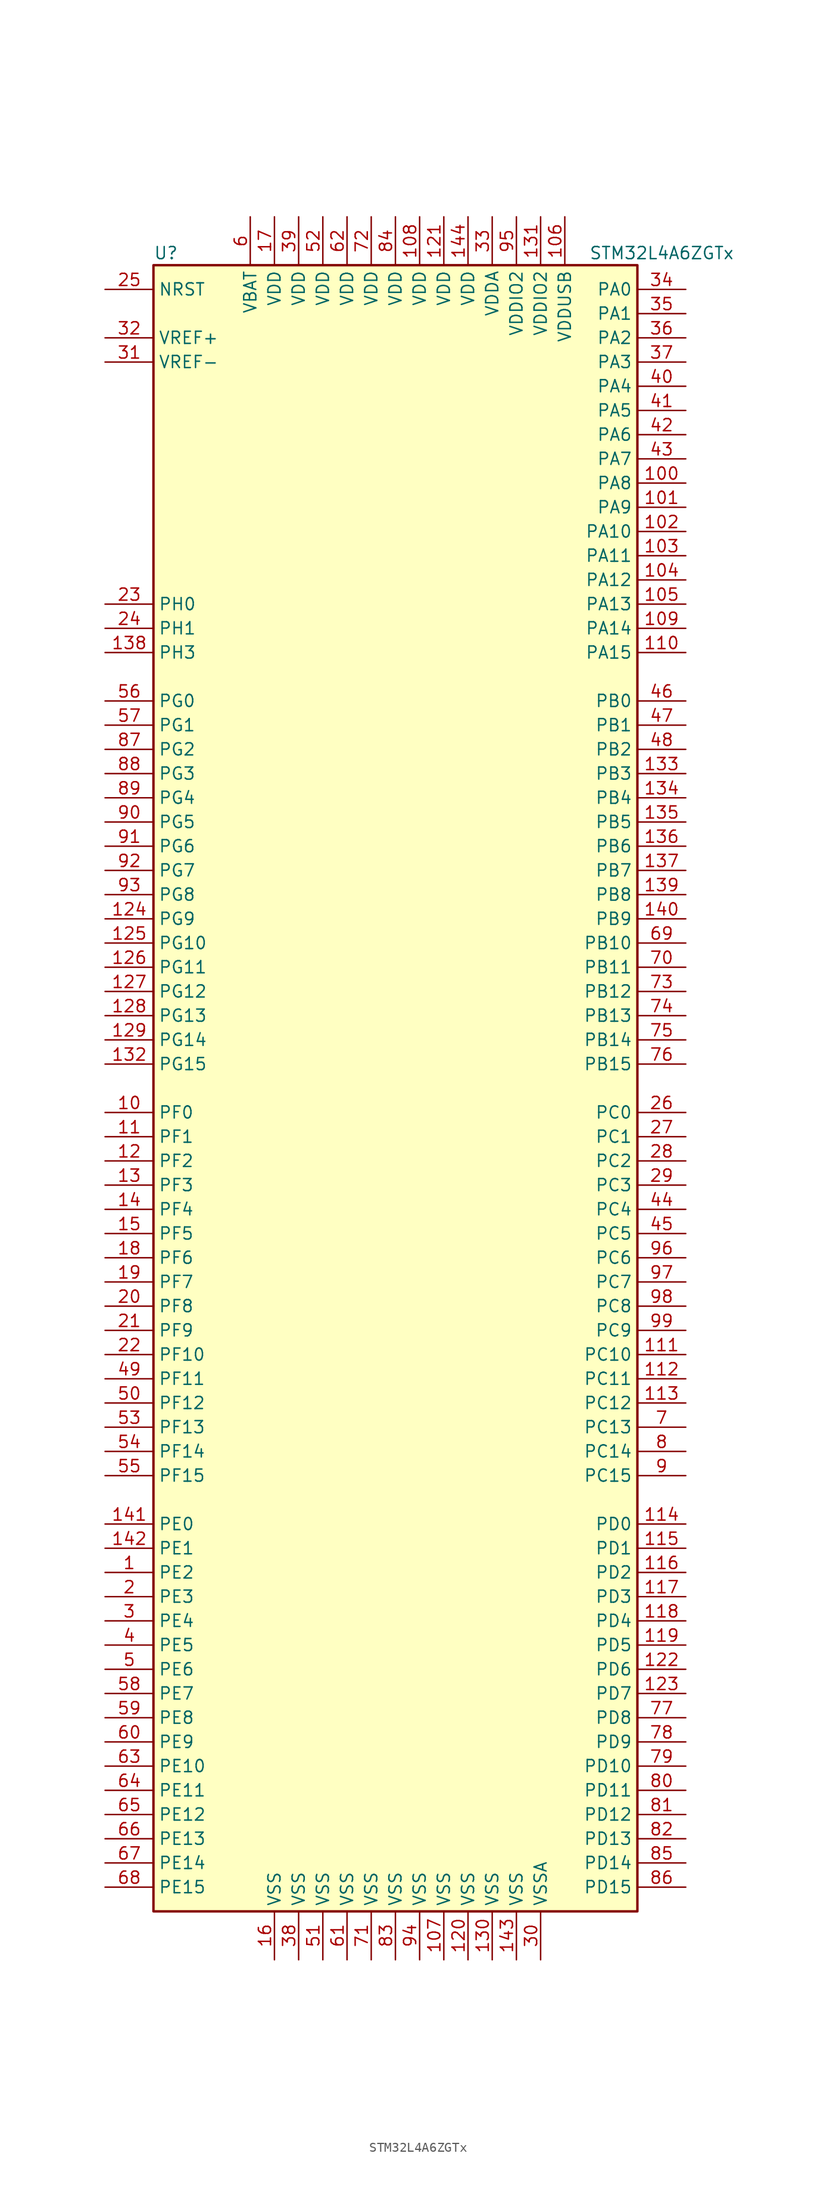
<source format=kicad_sym>
(kicad_symbol_lib
  (version 20211014)
  (generator kicad_symbol_editor)
  (symbol "STM32L4A6ZGTx"
    (property "Reference" "U"
      (at -25.4 87.63 0)
      (effects (font (size 1.27 1.27)) (justify left)))
    (property "Value" "STM32L4A6ZGTx"
      (at 20.32 87.63 0)
      (effects (font (size 1.27 1.27)) (justify left)))
    (symbol "STM32L4A6ZGTx_0_1"
      (rectangle (start -25.4 -86.36) (end 25.4 86.36) (stroke (width 0.254) (type default) (color 0 0 0 0)) (fill (type background))))
    (symbol "STM32L4A6ZGTx_1_1"
      (pin bidirectional line (at -30.48 -50.8 0) (length 5.08) (name "PE2" (effects (font (size 1.27 1.27)))) (number "1" (effects (font (size 1.27 1.27)))))
      (pin bidirectional line (at -30.48 -2.54 0) (length 5.08) (name "PF0" (effects (font (size 1.27 1.27)))) (number "10" (effects (font (size 1.27 1.27)))))
      (pin bidirectional line (at 30.48 63.5 180) (length 5.08) (name "PA8" (effects (font (size 1.27 1.27)))) (number "100" (effects (font (size 1.27 1.27)))))
      (pin bidirectional line (at 30.48 60.96 180) (length 5.08) (name "PA9" (effects (font (size 1.27 1.27)))) (number "101" (effects (font (size 1.27 1.27)))))
      (pin bidirectional line (at 30.48 58.42 180) (length 5.08) (name "PA10" (effects (font (size 1.27 1.27)))) (number "102" (effects (font (size 1.27 1.27)))))
      (pin bidirectional line (at 30.48 55.88 180) (length 5.08) (name "PA11" (effects (font (size 1.27 1.27)))) (number "103" (effects (font (size 1.27 1.27)))))
      (pin bidirectional line (at 30.48 53.34 180) (length 5.08) (name "PA12" (effects (font (size 1.27 1.27)))) (number "104" (effects (font (size 1.27 1.27)))))
      (pin bidirectional line (at 30.48 50.8 180) (length 5.08) (name "PA13" (effects (font (size 1.27 1.27)))) (number "105" (effects (font (size 1.27 1.27)))))
      (pin power_in line (at 17.78 91.44 270) (length 5.08) (name "VDDUSB" (effects (font (size 1.27 1.27)))) (number "106" (effects (font (size 1.27 1.27)))))
      (pin power_in line (at 5.08 -91.44 90) (length 5.08) (name "VSS" (effects (font (size 1.27 1.27)))) (number "107" (effects (font (size 1.27 1.27)))))
      (pin power_in line (at 2.54 91.44 270) (length 5.08) (name "VDD" (effects (font (size 1.27 1.27)))) (number "108" (effects (font (size 1.27 1.27)))))
      (pin bidirectional line (at 30.48 48.26 180) (length 5.08) (name "PA14" (effects (font (size 1.27 1.27)))) (number "109" (effects (font (size 1.27 1.27)))))
      (pin bidirectional line (at -30.48 -5.08 0) (length 5.08) (name "PF1" (effects (font (size 1.27 1.27)))) (number "11" (effects (font (size 1.27 1.27)))))
      (pin bidirectional line (at 30.48 45.72 180) (length 5.08) (name "PA15" (effects (font (size 1.27 1.27)))) (number "110" (effects (font (size 1.27 1.27)))))
      (pin bidirectional line (at 30.48 -27.94 180) (length 5.08) (name "PC10" (effects (font (size 1.27 1.27)))) (number "111" (effects (font (size 1.27 1.27)))))
      (pin bidirectional line (at 30.48 -30.48 180) (length 5.08) (name "PC11" (effects (font (size 1.27 1.27)))) (number "112" (effects (font (size 1.27 1.27)))))
      (pin bidirectional line (at 30.48 -33.02 180) (length 5.08) (name "PC12" (effects (font (size 1.27 1.27)))) (number "113" (effects (font (size 1.27 1.27)))))
      (pin bidirectional line (at 30.48 -45.72 180) (length 5.08) (name "PD0" (effects (font (size 1.27 1.27)))) (number "114" (effects (font (size 1.27 1.27)))))
      (pin bidirectional line (at 30.48 -48.26 180) (length 5.08) (name "PD1" (effects (font (size 1.27 1.27)))) (number "115" (effects (font (size 1.27 1.27)))))
      (pin bidirectional line (at 30.48 -50.8 180) (length 5.08) (name "PD2" (effects (font (size 1.27 1.27)))) (number "116" (effects (font (size 1.27 1.27)))))
      (pin bidirectional line (at 30.48 -53.34 180) (length 5.08) (name "PD3" (effects (font (size 1.27 1.27)))) (number "117" (effects (font (size 1.27 1.27)))))
      (pin bidirectional line (at 30.48 -55.88 180) (length 5.08) (name "PD4" (effects (font (size 1.27 1.27)))) (number "118" (effects (font (size 1.27 1.27)))))
      (pin bidirectional line (at 30.48 -58.42 180) (length 5.08) (name "PD5" (effects (font (size 1.27 1.27)))) (number "119" (effects (font (size 1.27 1.27)))))
      (pin bidirectional line (at -30.48 -7.62 0) (length 5.08) (name "PF2" (effects (font (size 1.27 1.27)))) (number "12" (effects (font (size 1.27 1.27)))))
      (pin power_in line (at 7.62 -91.44 90) (length 5.08) (name "VSS" (effects (font (size 1.27 1.27)))) (number "120" (effects (font (size 1.27 1.27)))))
      (pin power_in line (at 5.08 91.44 270) (length 5.08) (name "VDD" (effects (font (size 1.27 1.27)))) (number "121" (effects (font (size 1.27 1.27)))))
      (pin bidirectional line (at 30.48 -60.96 180) (length 5.08) (name "PD6" (effects (font (size 1.27 1.27)))) (number "122" (effects (font (size 1.27 1.27)))))
      (pin bidirectional line (at 30.48 -63.5 180) (length 5.08) (name "PD7" (effects (font (size 1.27 1.27)))) (number "123" (effects (font (size 1.27 1.27)))))
      (pin bidirectional line (at -30.48 17.78 0) (length 5.08) (name "PG9" (effects (font (size 1.27 1.27)))) (number "124" (effects (font (size 1.27 1.27)))))
      (pin bidirectional line (at -30.48 15.24 0) (length 5.08) (name "PG10" (effects (font (size 1.27 1.27)))) (number "125" (effects (font (size 1.27 1.27)))))
      (pin bidirectional line (at -30.48 12.7 0) (length 5.08) (name "PG11" (effects (font (size 1.27 1.27)))) (number "126" (effects (font (size 1.27 1.27)))))
      (pin bidirectional line (at -30.48 10.16 0) (length 5.08) (name "PG12" (effects (font (size 1.27 1.27)))) (number "127" (effects (font (size 1.27 1.27)))))
      (pin bidirectional line (at -30.48 7.62 0) (length 5.08) (name "PG13" (effects (font (size 1.27 1.27)))) (number "128" (effects (font (size 1.27 1.27)))))
      (pin bidirectional line (at -30.48 5.08 0) (length 5.08) (name "PG14" (effects (font (size 1.27 1.27)))) (number "129" (effects (font (size 1.27 1.27)))))
      (pin bidirectional line (at -30.48 -10.16 0) (length 5.08) (name "PF3" (effects (font (size 1.27 1.27)))) (number "13" (effects (font (size 1.27 1.27)))))
      (pin power_in line (at 10.16 -91.44 90) (length 5.08) (name "VSS" (effects (font (size 1.27 1.27)))) (number "130" (effects (font (size 1.27 1.27)))))
      (pin power_in line (at 15.24 91.44 270) (length 5.08) (name "VDDIO2" (effects (font (size 1.27 1.27)))) (number "131" (effects (font (size 1.27 1.27)))))
      (pin bidirectional line (at -30.48 2.54 0) (length 5.08) (name "PG15" (effects (font (size 1.27 1.27)))) (number "132" (effects (font (size 1.27 1.27)))))
      (pin bidirectional line (at 30.48 33.02 180) (length 5.08) (name "PB3" (effects (font (size 1.27 1.27)))) (number "133" (effects (font (size 1.27 1.27)))))
      (pin bidirectional line (at 30.48 30.48 180) (length 5.08) (name "PB4" (effects (font (size 1.27 1.27)))) (number "134" (effects (font (size 1.27 1.27)))))
      (pin bidirectional line (at 30.48 27.94 180) (length 5.08) (name "PB5" (effects (font (size 1.27 1.27)))) (number "135" (effects (font (size 1.27 1.27)))))
      (pin bidirectional line (at 30.48 25.4 180) (length 5.08) (name "PB6" (effects (font (size 1.27 1.27)))) (number "136" (effects (font (size 1.27 1.27)))))
      (pin bidirectional line (at 30.48 22.86 180) (length 5.08) (name "PB7" (effects (font (size 1.27 1.27)))) (number "137" (effects (font (size 1.27 1.27)))))
      (pin bidirectional line (at -30.48 45.72 0) (length 5.08) (name "PH3" (effects (font (size 1.27 1.27)))) (number "138" (effects (font (size 1.27 1.27)))))
      (pin bidirectional line (at 30.48 20.32 180) (length 5.08) (name "PB8" (effects (font (size 1.27 1.27)))) (number "139" (effects (font (size 1.27 1.27)))))
      (pin bidirectional line (at -30.48 -12.7 0) (length 5.08) (name "PF4" (effects (font (size 1.27 1.27)))) (number "14" (effects (font (size 1.27 1.27)))))
      (pin bidirectional line (at 30.48 17.78 180) (length 5.08) (name "PB9" (effects (font (size 1.27 1.27)))) (number "140" (effects (font (size 1.27 1.27)))))
      (pin bidirectional line (at -30.48 -45.72 0) (length 5.08) (name "PE0" (effects (font (size 1.27 1.27)))) (number "141" (effects (font (size 1.27 1.27)))))
      (pin bidirectional line (at -30.48 -48.26 0) (length 5.08) (name "PE1" (effects (font (size 1.27 1.27)))) (number "142" (effects (font (size 1.27 1.27)))))
      (pin power_in line (at 12.7 -91.44 90) (length 5.08) (name "VSS" (effects (font (size 1.27 1.27)))) (number "143" (effects (font (size 1.27 1.27)))))
      (pin power_in line (at 7.62 91.44 270) (length 5.08) (name "VDD" (effects (font (size 1.27 1.27)))) (number "144" (effects (font (size 1.27 1.27)))))
      (pin bidirectional line (at -30.48 -15.24 0) (length 5.08) (name "PF5" (effects (font (size 1.27 1.27)))) (number "15" (effects (font (size 1.27 1.27)))))
      (pin power_in line (at -12.7 -91.44 90) (length 5.08) (name "VSS" (effects (font (size 1.27 1.27)))) (number "16" (effects (font (size 1.27 1.27)))))
      (pin power_in line (at -12.7 91.44 270) (length 5.08) (name "VDD" (effects (font (size 1.27 1.27)))) (number "17" (effects (font (size 1.27 1.27)))))
      (pin bidirectional line (at -30.48 -17.78 0) (length 5.08) (name "PF6" (effects (font (size 1.27 1.27)))) (number "18" (effects (font (size 1.27 1.27)))))
      (pin bidirectional line (at -30.48 -20.32 0) (length 5.08) (name "PF7" (effects (font (size 1.27 1.27)))) (number "19" (effects (font (size 1.27 1.27)))))
      (pin bidirectional line (at -30.48 -53.34 0) (length 5.08) (name "PE3" (effects (font (size 1.27 1.27)))) (number "2" (effects (font (size 1.27 1.27)))))
      (pin bidirectional line (at -30.48 -22.86 0) (length 5.08) (name "PF8" (effects (font (size 1.27 1.27)))) (number "20" (effects (font (size 1.27 1.27)))))
      (pin bidirectional line (at -30.48 -25.4 0) (length 5.08) (name "PF9" (effects (font (size 1.27 1.27)))) (number "21" (effects (font (size 1.27 1.27)))))
      (pin bidirectional line (at -30.48 -27.94 0) (length 5.08) (name "PF10" (effects (font (size 1.27 1.27)))) (number "22" (effects (font (size 1.27 1.27)))))
      (pin input line (at -30.48 50.8 0) (length 5.08) (name "PH0" (effects (font (size 1.27 1.27)))) (number "23" (effects (font (size 1.27 1.27)))))
      (pin input line (at -30.48 48.26 0) (length 5.08) (name "PH1" (effects (font (size 1.27 1.27)))) (number "24" (effects (font (size 1.27 1.27)))))
      (pin input line (at -30.48 83.82 0) (length 5.08) (name "NRST" (effects (font (size 1.27 1.27)))) (number "25" (effects (font (size 1.27 1.27)))))
      (pin bidirectional line (at 30.48 -2.54 180) (length 5.08) (name "PC0" (effects (font (size 1.27 1.27)))) (number "26" (effects (font (size 1.27 1.27)))))
      (pin bidirectional line (at 30.48 -5.08 180) (length 5.08) (name "PC1" (effects (font (size 1.27 1.27)))) (number "27" (effects (font (size 1.27 1.27)))))
      (pin bidirectional line (at 30.48 -7.62 180) (length 5.08) (name "PC2" (effects (font (size 1.27 1.27)))) (number "28" (effects (font (size 1.27 1.27)))))
      (pin bidirectional line (at 30.48 -10.16 180) (length 5.08) (name "PC3" (effects (font (size 1.27 1.27)))) (number "29" (effects (font (size 1.27 1.27)))))
      (pin bidirectional line (at -30.48 -55.88 0) (length 5.08) (name "PE4" (effects (font (size 1.27 1.27)))) (number "3" (effects (font (size 1.27 1.27)))))
      (pin power_in line (at 15.24 -91.44 90) (length 5.08) (name "VSSA" (effects (font (size 1.27 1.27)))) (number "30" (effects (font (size 1.27 1.27)))))
      (pin power_in line (at -30.48 76.2 0) (length 5.08) (name "VREF-" (effects (font (size 1.27 1.27)))) (number "31" (effects (font (size 1.27 1.27)))))
      (pin bidirectional line (at -30.48 78.74 0) (length 5.08) (name "VREF+" (effects (font (size 1.27 1.27)))) (number "32" (effects (font (size 1.27 1.27)))))
      (pin power_in line (at 10.16 91.44 270) (length 5.08) (name "VDDA" (effects (font (size 1.27 1.27)))) (number "33" (effects (font (size 1.27 1.27)))))
      (pin bidirectional line (at 30.48 83.82 180) (length 5.08) (name "PA0" (effects (font (size 1.27 1.27)))) (number "34" (effects (font (size 1.27 1.27)))))
      (pin bidirectional line (at 30.48 81.28 180) (length 5.08) (name "PA1" (effects (font (size 1.27 1.27)))) (number "35" (effects (font (size 1.27 1.27)))))
      (pin bidirectional line (at 30.48 78.74 180) (length 5.08) (name "PA2" (effects (font (size 1.27 1.27)))) (number "36" (effects (font (size 1.27 1.27)))))
      (pin bidirectional line (at 30.48 76.2 180) (length 5.08) (name "PA3" (effects (font (size 1.27 1.27)))) (number "37" (effects (font (size 1.27 1.27)))))
      (pin power_in line (at -10.16 -91.44 90) (length 5.08) (name "VSS" (effects (font (size 1.27 1.27)))) (number "38" (effects (font (size 1.27 1.27)))))
      (pin power_in line (at -10.16 91.44 270) (length 5.08) (name "VDD" (effects (font (size 1.27 1.27)))) (number "39" (effects (font (size 1.27 1.27)))))
      (pin bidirectional line (at -30.48 -58.42 0) (length 5.08) (name "PE5" (effects (font (size 1.27 1.27)))) (number "4" (effects (font (size 1.27 1.27)))))
      (pin bidirectional line (at 30.48 73.66 180) (length 5.08) (name "PA4" (effects (font (size 1.27 1.27)))) (number "40" (effects (font (size 1.27 1.27)))))
      (pin bidirectional line (at 30.48 71.12 180) (length 5.08) (name "PA5" (effects (font (size 1.27 1.27)))) (number "41" (effects (font (size 1.27 1.27)))))
      (pin bidirectional line (at 30.48 68.58 180) (length 5.08) (name "PA6" (effects (font (size 1.27 1.27)))) (number "42" (effects (font (size 1.27 1.27)))))
      (pin bidirectional line (at 30.48 66.04 180) (length 5.08) (name "PA7" (effects (font (size 1.27 1.27)))) (number "43" (effects (font (size 1.27 1.27)))))
      (pin bidirectional line (at 30.48 -12.7 180) (length 5.08) (name "PC4" (effects (font (size 1.27 1.27)))) (number "44" (effects (font (size 1.27 1.27)))))
      (pin bidirectional line (at 30.48 -15.24 180) (length 5.08) (name "PC5" (effects (font (size 1.27 1.27)))) (number "45" (effects (font (size 1.27 1.27)))))
      (pin bidirectional line (at 30.48 40.64 180) (length 5.08) (name "PB0" (effects (font (size 1.27 1.27)))) (number "46" (effects (font (size 1.27 1.27)))))
      (pin bidirectional line (at 30.48 38.1 180) (length 5.08) (name "PB1" (effects (font (size 1.27 1.27)))) (number "47" (effects (font (size 1.27 1.27)))))
      (pin bidirectional line (at 30.48 35.56 180) (length 5.08) (name "PB2" (effects (font (size 1.27 1.27)))) (number "48" (effects (font (size 1.27 1.27)))))
      (pin bidirectional line (at -30.48 -30.48 0) (length 5.08) (name "PF11" (effects (font (size 1.27 1.27)))) (number "49" (effects (font (size 1.27 1.27)))))
      (pin bidirectional line (at -30.48 -60.96 0) (length 5.08) (name "PE6" (effects (font (size 1.27 1.27)))) (number "5" (effects (font (size 1.27 1.27)))))
      (pin bidirectional line (at -30.48 -33.02 0) (length 5.08) (name "PF12" (effects (font (size 1.27 1.27)))) (number "50" (effects (font (size 1.27 1.27)))))
      (pin power_in line (at -7.62 -91.44 90) (length 5.08) (name "VSS" (effects (font (size 1.27 1.27)))) (number "51" (effects (font (size 1.27 1.27)))))
      (pin power_in line (at -7.62 91.44 270) (length 5.08) (name "VDD" (effects (font (size 1.27 1.27)))) (number "52" (effects (font (size 1.27 1.27)))))
      (pin bidirectional line (at -30.48 -35.56 0) (length 5.08) (name "PF13" (effects (font (size 1.27 1.27)))) (number "53" (effects (font (size 1.27 1.27)))))
      (pin bidirectional line (at -30.48 -38.1 0) (length 5.08) (name "PF14" (effects (font (size 1.27 1.27)))) (number "54" (effects (font (size 1.27 1.27)))))
      (pin bidirectional line (at -30.48 -40.64 0) (length 5.08) (name "PF15" (effects (font (size 1.27 1.27)))) (number "55" (effects (font (size 1.27 1.27)))))
      (pin bidirectional line (at -30.48 40.64 0) (length 5.08) (name "PG0" (effects (font (size 1.27 1.27)))) (number "56" (effects (font (size 1.27 1.27)))))
      (pin bidirectional line (at -30.48 38.1 0) (length 5.08) (name "PG1" (effects (font (size 1.27 1.27)))) (number "57" (effects (font (size 1.27 1.27)))))
      (pin bidirectional line (at -30.48 -63.5 0) (length 5.08) (name "PE7" (effects (font (size 1.27 1.27)))) (number "58" (effects (font (size 1.27 1.27)))))
      (pin bidirectional line (at -30.48 -66.04 0) (length 5.08) (name "PE8" (effects (font (size 1.27 1.27)))) (number "59" (effects (font (size 1.27 1.27)))))
      (pin power_in line (at -15.24 91.44 270) (length 5.08) (name "VBAT" (effects (font (size 1.27 1.27)))) (number "6" (effects (font (size 1.27 1.27)))))
      (pin bidirectional line (at -30.48 -68.58 0) (length 5.08) (name "PE9" (effects (font (size 1.27 1.27)))) (number "60" (effects (font (size 1.27 1.27)))))
      (pin power_in line (at -5.08 -91.44 90) (length 5.08) (name "VSS" (effects (font (size 1.27 1.27)))) (number "61" (effects (font (size 1.27 1.27)))))
      (pin power_in line (at -5.08 91.44 270) (length 5.08) (name "VDD" (effects (font (size 1.27 1.27)))) (number "62" (effects (font (size 1.27 1.27)))))
      (pin bidirectional line (at -30.48 -71.12 0) (length 5.08) (name "PE10" (effects (font (size 1.27 1.27)))) (number "63" (effects (font (size 1.27 1.27)))))
      (pin bidirectional line (at -30.48 -73.66 0) (length 5.08) (name "PE11" (effects (font (size 1.27 1.27)))) (number "64" (effects (font (size 1.27 1.27)))))
      (pin bidirectional line (at -30.48 -76.2 0) (length 5.08) (name "PE12" (effects (font (size 1.27 1.27)))) (number "65" (effects (font (size 1.27 1.27)))))
      (pin bidirectional line (at -30.48 -78.74 0) (length 5.08) (name "PE13" (effects (font (size 1.27 1.27)))) (number "66" (effects (font (size 1.27 1.27)))))
      (pin bidirectional line (at -30.48 -81.28 0) (length 5.08) (name "PE14" (effects (font (size 1.27 1.27)))) (number "67" (effects (font (size 1.27 1.27)))))
      (pin bidirectional line (at -30.48 -83.82 0) (length 5.08) (name "PE15" (effects (font (size 1.27 1.27)))) (number "68" (effects (font (size 1.27 1.27)))))
      (pin bidirectional line (at 30.48 15.24 180) (length 5.08) (name "PB10" (effects (font (size 1.27 1.27)))) (number "69" (effects (font (size 1.27 1.27)))))
      (pin bidirectional line (at 30.48 -35.56 180) (length 5.08) (name "PC13" (effects (font (size 1.27 1.27)))) (number "7" (effects (font (size 1.27 1.27)))))
      (pin bidirectional line (at 30.48 12.7 180) (length 5.08) (name "PB11" (effects (font (size 1.27 1.27)))) (number "70" (effects (font (size 1.27 1.27)))))
      (pin power_in line (at -2.54 -91.44 90) (length 5.08) (name "VSS" (effects (font (size 1.27 1.27)))) (number "71" (effects (font (size 1.27 1.27)))))
      (pin power_in line (at -2.54 91.44 270) (length 5.08) (name "VDD" (effects (font (size 1.27 1.27)))) (number "72" (effects (font (size 1.27 1.27)))))
      (pin bidirectional line (at 30.48 10.16 180) (length 5.08) (name "PB12" (effects (font (size 1.27 1.27)))) (number "73" (effects (font (size 1.27 1.27)))))
      (pin bidirectional line (at 30.48 7.62 180) (length 5.08) (name "PB13" (effects (font (size 1.27 1.27)))) (number "74" (effects (font (size 1.27 1.27)))))
      (pin bidirectional line (at 30.48 5.08 180) (length 5.08) (name "PB14" (effects (font (size 1.27 1.27)))) (number "75" (effects (font (size 1.27 1.27)))))
      (pin bidirectional line (at 30.48 2.54 180) (length 5.08) (name "PB15" (effects (font (size 1.27 1.27)))) (number "76" (effects (font (size 1.27 1.27)))))
      (pin bidirectional line (at 30.48 -66.04 180) (length 5.08) (name "PD8" (effects (font (size 1.27 1.27)))) (number "77" (effects (font (size 1.27 1.27)))))
      (pin bidirectional line (at 30.48 -68.58 180) (length 5.08) (name "PD9" (effects (font (size 1.27 1.27)))) (number "78" (effects (font (size 1.27 1.27)))))
      (pin bidirectional line (at 30.48 -71.12 180) (length 5.08) (name "PD10" (effects (font (size 1.27 1.27)))) (number "79" (effects (font (size 1.27 1.27)))))
      (pin bidirectional line (at 30.48 -38.1 180) (length 5.08) (name "PC14" (effects (font (size 1.27 1.27)))) (number "8" (effects (font (size 1.27 1.27)))))
      (pin bidirectional line (at 30.48 -73.66 180) (length 5.08) (name "PD11" (effects (font (size 1.27 1.27)))) (number "80" (effects (font (size 1.27 1.27)))))
      (pin bidirectional line (at 30.48 -76.2 180) (length 5.08) (name "PD12" (effects (font (size 1.27 1.27)))) (number "81" (effects (font (size 1.27 1.27)))))
      (pin bidirectional line (at 30.48 -78.74 180) (length 5.08) (name "PD13" (effects (font (size 1.27 1.27)))) (number "82" (effects (font (size 1.27 1.27)))))
      (pin power_in line (at 0 -91.44 90) (length 5.08) (name "VSS" (effects (font (size 1.27 1.27)))) (number "83" (effects (font (size 1.27 1.27)))))
      (pin power_in line (at 0 91.44 270) (length 5.08) (name "VDD" (effects (font (size 1.27 1.27)))) (number "84" (effects (font (size 1.27 1.27)))))
      (pin bidirectional line (at 30.48 -81.28 180) (length 5.08) (name "PD14" (effects (font (size 1.27 1.27)))) (number "85" (effects (font (size 1.27 1.27)))))
      (pin bidirectional line (at 30.48 -83.82 180) (length 5.08) (name "PD15" (effects (font (size 1.27 1.27)))) (number "86" (effects (font (size 1.27 1.27)))))
      (pin bidirectional line (at -30.48 35.56 0) (length 5.08) (name "PG2" (effects (font (size 1.27 1.27)))) (number "87" (effects (font (size 1.27 1.27)))))
      (pin bidirectional line (at -30.48 33.02 0) (length 5.08) (name "PG3" (effects (font (size 1.27 1.27)))) (number "88" (effects (font (size 1.27 1.27)))))
      (pin bidirectional line (at -30.48 30.48 0) (length 5.08) (name "PG4" (effects (font (size 1.27 1.27)))) (number "89" (effects (font (size 1.27 1.27)))))
      (pin bidirectional line (at 30.48 -40.64 180) (length 5.08) (name "PC15" (effects (font (size 1.27 1.27)))) (number "9" (effects (font (size 1.27 1.27)))))
      (pin bidirectional line (at -30.48 27.94 0) (length 5.08) (name "PG5" (effects (font (size 1.27 1.27)))) (number "90" (effects (font (size 1.27 1.27)))))
      (pin bidirectional line (at -30.48 25.4 0) (length 5.08) (name "PG6" (effects (font (size 1.27 1.27)))) (number "91" (effects (font (size 1.27 1.27)))))
      (pin bidirectional line (at -30.48 22.86 0) (length 5.08) (name "PG7" (effects (font (size 1.27 1.27)))) (number "92" (effects (font (size 1.27 1.27)))))
      (pin bidirectional line (at -30.48 20.32 0) (length 5.08) (name "PG8" (effects (font (size 1.27 1.27)))) (number "93" (effects (font (size 1.27 1.27)))))
      (pin power_in line (at 2.54 -91.44 90) (length 5.08) (name "VSS" (effects (font (size 1.27 1.27)))) (number "94" (effects (font (size 1.27 1.27)))))
      (pin power_in line (at 12.7 91.44 270) (length 5.08) (name "VDDIO2" (effects (font (size 1.27 1.27)))) (number "95" (effects (font (size 1.27 1.27)))))
      (pin bidirectional line (at 30.48 -17.78 180) (length 5.08) (name "PC6" (effects (font (size 1.27 1.27)))) (number "96" (effects (font (size 1.27 1.27)))))
      (pin bidirectional line (at 30.48 -20.32 180) (length 5.08) (name "PC7" (effects (font (size 1.27 1.27)))) (number "97" (effects (font (size 1.27 1.27)))))
      (pin bidirectional line (at 30.48 -22.86 180) (length 5.08) (name "PC8" (effects (font (size 1.27 1.27)))) (number "98" (effects (font (size 1.27 1.27)))))
      (pin bidirectional line (at 30.48 -25.4 180) (length 5.08) (name "PC9" (effects (font (size 1.27 1.27)))) (number "99" (effects (font (size 1.27 1.27))))))))
</source>
